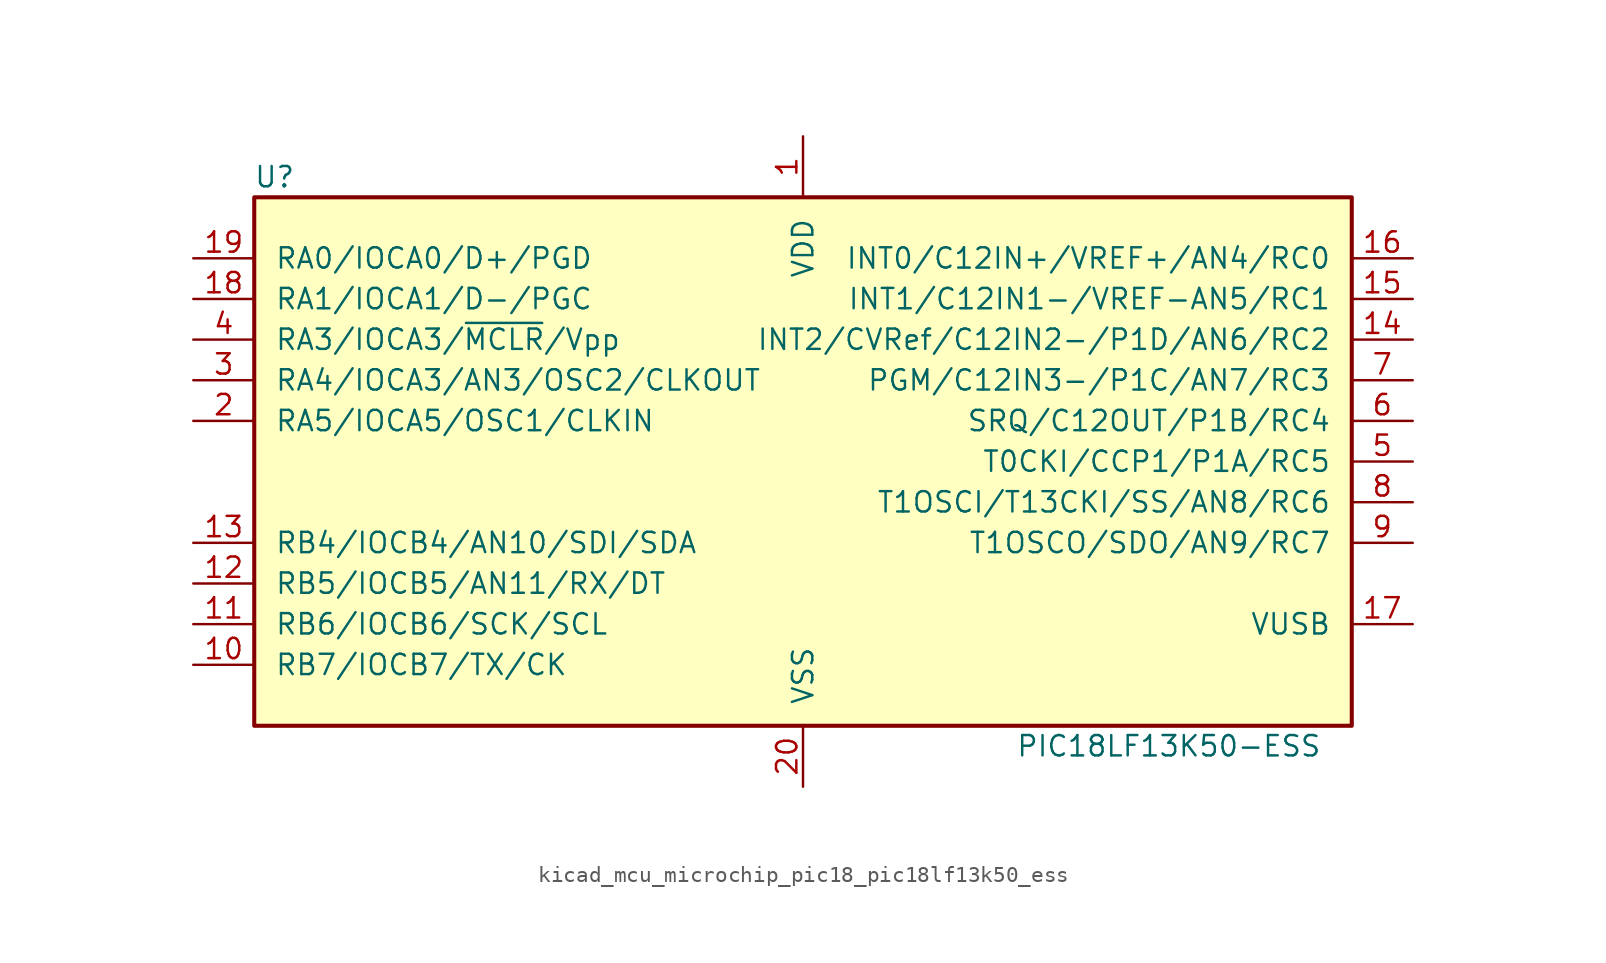
<source format=kicad_sym>
(kicad_symbol_lib
  (version 20220914)
  (generator kicad_symbol_editor)
  (symbol "kicad_mcu_microchip_pic18_pic18lf13k50_ess"
    (pin_names
      (offset 1.27))
    (property "Reference" "U"
      (at -33.02 17.78 0)
      (effects (font (size 1.27 1.27))))
    (property "Value" "PIC18LF13K50-ESS"
      (at 22.86 -17.78 0)
      (effects (font (size 1.27 1.27))))
    (symbol "kicad_mcu_microchip_pic18_pic18lf13k50_ess_0_1"
      (rectangle (start -34.29 16.51) (end 34.29 -16.51) (stroke (width 0.254) (type default)) (fill (type background))))
    (symbol "kicad_mcu_microchip_pic18_pic18lf13k50_ess_1_1"
      (pin power_in line (at 0 20.32 270) (length 3.81) (name "VDD" (effects (font (size 1.27 1.27)))) (number "1" (effects (font (size 1.27 1.27)))))
      (pin bidirectional line (at -38.1 -12.7 0) (length 3.81) (name "RB7/IOCB7/TX/CK" (effects (font (size 1.27 1.27)))) (number "10" (effects (font (size 1.27 1.27)))))
      (pin bidirectional line (at -38.1 -10.16 0) (length 3.81) (name "RB6/IOCB6/SCK/SCL" (effects (font (size 1.27 1.27)))) (number "11" (effects (font (size 1.27 1.27)))))
      (pin bidirectional line (at -38.1 -7.62 0) (length 3.81) (name "RB5/IOCB5/AN11/RX/DT" (effects (font (size 1.27 1.27)))) (number "12" (effects (font (size 1.27 1.27)))))
      (pin bidirectional line (at -38.1 -5.08 0) (length 3.81) (name "RB4/IOCB4/AN10/SDI/SDA" (effects (font (size 1.27 1.27)))) (number "13" (effects (font (size 1.27 1.27)))))
      (pin bidirectional line (at 38.1 7.62 180) (length 3.81) (name "INT2/CVRef/C12IN2-/P1D/AN6/RC2" (effects (font (size 1.27 1.27)))) (number "14" (effects (font (size 1.27 1.27)))))
      (pin bidirectional line (at 38.1 10.16 180) (length 3.81) (name "INT1/C12IN1-/VREF-AN5/RC1" (effects (font (size 1.27 1.27)))) (number "15" (effects (font (size 1.27 1.27)))))
      (pin bidirectional line (at 38.1 12.7 180) (length 3.81) (name "INT0/C12IN+/VREF+/AN4/RC0" (effects (font (size 1.27 1.27)))) (number "16" (effects (font (size 1.27 1.27)))))
      (pin passive line (at 38.1 -10.16 180) (length 3.81) (name "VUSB" (effects (font (size 1.27 1.27)))) (number "17" (effects (font (size 1.27 1.27)))))
      (pin bidirectional line (at -38.1 10.16 0) (length 3.81) (name "RA1/IOCA1/D-/PGC" (effects (font (size 1.27 1.27)))) (number "18" (effects (font (size 1.27 1.27)))))
      (pin bidirectional line (at -38.1 12.7 0) (length 3.81) (name "RA0/IOCA0/D+/PGD" (effects (font (size 1.27 1.27)))) (number "19" (effects (font (size 1.27 1.27)))))
      (pin bidirectional line (at -38.1 2.54 0) (length 3.81) (name "RA5/IOCA5/OSC1/CLKIN" (effects (font (size 1.27 1.27)))) (number "2" (effects (font (size 1.27 1.27)))))
      (pin power_in line (at 0 -20.32 90) (length 3.81) (name "VSS" (effects (font (size 1.27 1.27)))) (number "20" (effects (font (size 1.27 1.27)))))
      (pin bidirectional line (at -38.1 5.08 0) (length 3.81) (name "RA4/IOCA3/AN3/OSC2/CLKOUT" (effects (font (size 1.27 1.27)))) (number "3" (effects (font (size 1.27 1.27)))))
      (pin input line (at -38.1 7.62 0) (length 3.81) (name "RA3/IOCA3/~{MCLR}/Vpp" (effects (font (size 1.27 1.27)))) (number "4" (effects (font (size 1.27 1.27)))))
      (pin bidirectional line (at 38.1 0 180) (length 3.81) (name "T0CKI/CCP1/P1A/RC5" (effects (font (size 1.27 1.27)))) (number "5" (effects (font (size 1.27 1.27)))))
      (pin bidirectional line (at 38.1 2.54 180) (length 3.81) (name "SRQ/C12OUT/P1B/RC4" (effects (font (size 1.27 1.27)))) (number "6" (effects (font (size 1.27 1.27)))))
      (pin bidirectional line (at 38.1 5.08 180) (length 3.81) (name "PGM/C12IN3-/P1C/AN7/RC3" (effects (font (size 1.27 1.27)))) (number "7" (effects (font (size 1.27 1.27)))))
      (pin bidirectional line (at 38.1 -2.54 180) (length 3.81) (name "T1OSCI/T13CKI/SS/AN8/RC6" (effects (font (size 1.27 1.27)))) (number "8" (effects (font (size 1.27 1.27)))))
      (pin bidirectional line (at 38.1 -5.08 180) (length 3.81) (name "T1OSCO/SDO/AN9/RC7" (effects (font (size 1.27 1.27)))) (number "9" (effects (font (size 1.27 1.27))))))))
</source>
